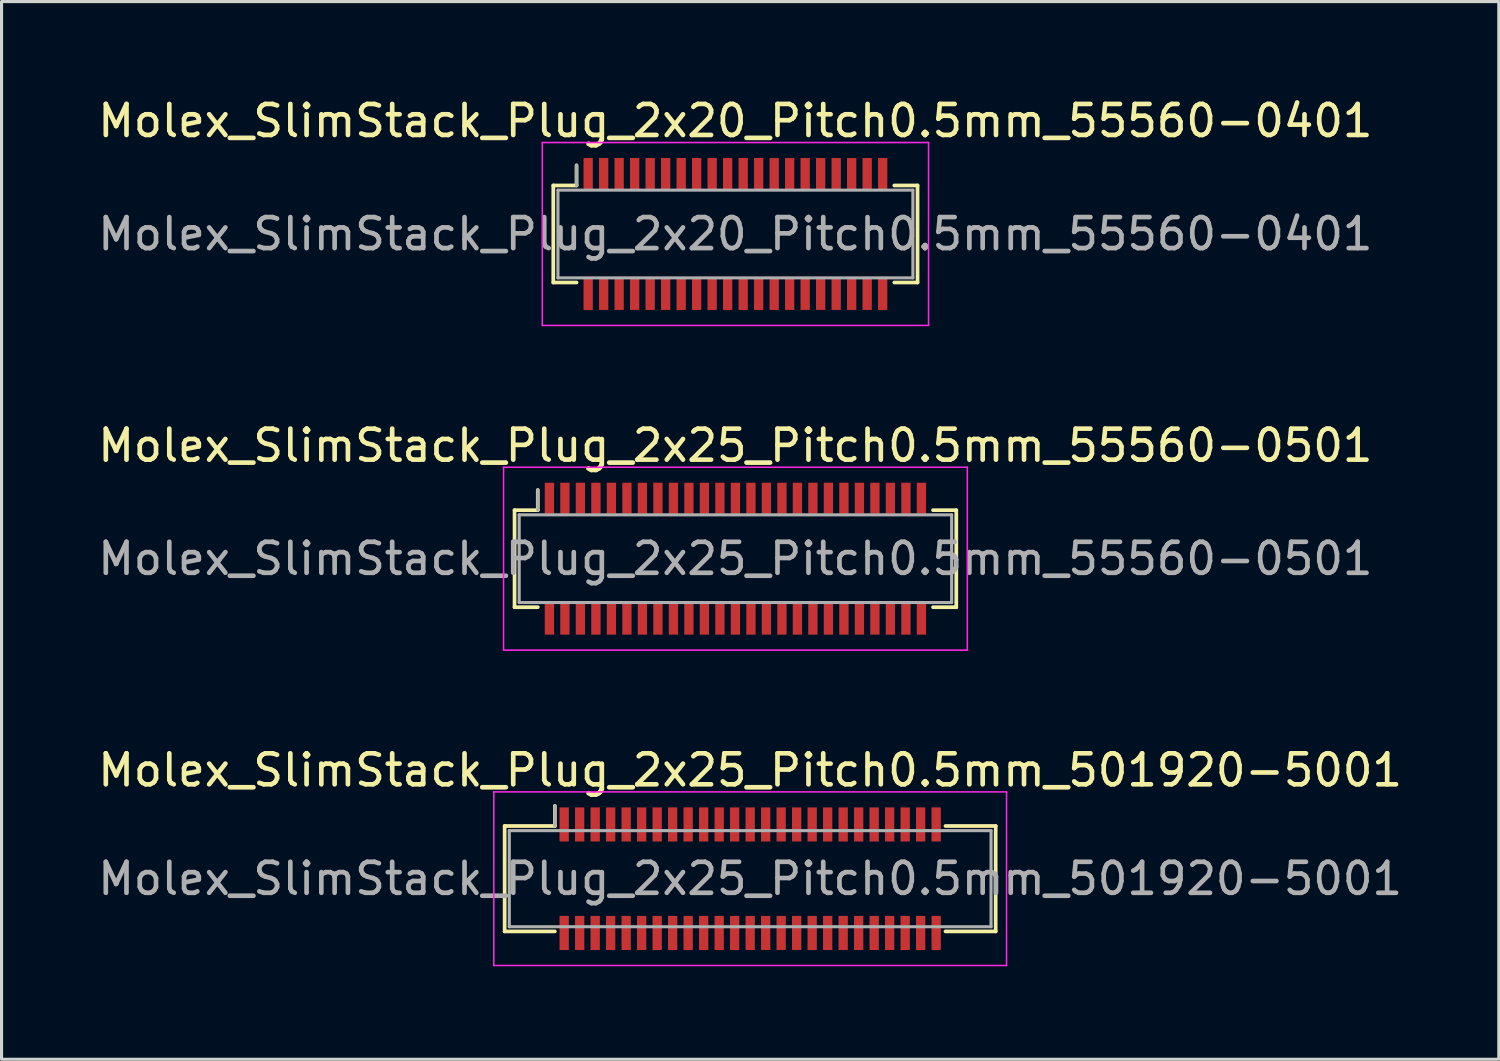
<source format=kicad_pcb>
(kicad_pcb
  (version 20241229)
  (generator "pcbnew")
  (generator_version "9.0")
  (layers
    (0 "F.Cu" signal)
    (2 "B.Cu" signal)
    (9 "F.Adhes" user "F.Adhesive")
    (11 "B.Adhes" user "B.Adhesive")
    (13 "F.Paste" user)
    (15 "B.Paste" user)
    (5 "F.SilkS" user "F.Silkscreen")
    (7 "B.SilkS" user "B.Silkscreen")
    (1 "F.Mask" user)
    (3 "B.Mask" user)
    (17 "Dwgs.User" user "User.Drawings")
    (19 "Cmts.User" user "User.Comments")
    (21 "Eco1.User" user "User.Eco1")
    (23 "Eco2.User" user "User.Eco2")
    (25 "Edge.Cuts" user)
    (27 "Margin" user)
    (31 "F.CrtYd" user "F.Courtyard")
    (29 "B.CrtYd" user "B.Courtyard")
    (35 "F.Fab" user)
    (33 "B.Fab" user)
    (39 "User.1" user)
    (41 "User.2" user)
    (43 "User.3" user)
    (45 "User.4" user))
  (footprint "Molex_SlimStack_Plug_2x25_Pitch0.5mm_501920-5001"
    (layer "F.Cu")
    (at 21.149 25.295)
    (property "Reference" "Molex_SlimStack_Plug_2x25_Pitch0.5mm_501920-5001" (at 0 -3.5 0) (layer "F.SilkS") (effects (font (size 1 1) (thickness 0.15))))
    (attr smd)
    (fp_line (start -7.92 -1.7) (end -6.3 -1.7) (stroke (width 0.12) (type solid)) (layer "F.SilkS"))
    (fp_line (start -7.92 1.7) (end -7.92 -1.7) (stroke (width 0.12) (type solid)) (layer "F.SilkS"))
    (fp_line (start -6.3 -1.7) (end -6.3 -2.35) (stroke (width 0.12) (type solid)) (layer "F.SilkS"))
    (fp_line (start -6.3 1.7) (end -7.92 1.7) (stroke (width 0.12) (type solid)) (layer "F.SilkS"))
    (fp_line (start 6.3 1.7) (end 7.92 1.7) (stroke (width 0.12) (type solid)) (layer "F.SilkS"))
    (fp_line (start 7.92 -1.7) (end 6.3 -1.7) (stroke (width 0.12) (type solid)) (layer "F.SilkS"))
    (fp_line (start 7.92 1.7) (end 7.92 -1.7) (stroke (width 0.12) (type solid)) (layer "F.SilkS"))
    (fp_line (start -8.27 -2.8) (end -8.27 2.8) (stroke (width 0.05) (type solid)) (layer "F.CrtYd"))
    (fp_line (start -8.27 2.8) (end 8.27 2.8) (stroke (width 0.05) (type solid)) (layer "F.CrtYd"))
    (fp_line (start 8.27 -2.8) (end -8.27 -2.8) (stroke (width 0.05) (type solid)) (layer "F.CrtYd"))
    (fp_line (start 8.27 2.8) (end 8.27 -2.8) (stroke (width 0.05) (type solid)) (layer "F.CrtYd"))
    (fp_line (start -7.77 -1.55) (end -7.77 1.55) (stroke (width 0.1) (type solid)) (layer "F.Fab"))
    (fp_line (start -7.77 1.55) (end 7.77 1.55) (stroke (width 0.1) (type solid)) (layer "F.Fab"))
    (fp_line (start -6.3 -1.7) (end -6.3 -2.35) (stroke (width 0.1) (type solid)) (layer "F.Fab"))
    (fp_line (start 7.77 -1.55) (end -7.77 -1.55) (stroke (width 0.1) (type solid)) (layer "F.Fab"))
    (fp_line (start 7.77 1.55) (end 7.77 -1.55) (stroke (width 0.1) (type solid)) (layer "F.Fab"))
    (fp_text user "${REFERENCE}" (at 0 0 0) (layer "F.Fab") (effects (font (size 1 1) (thickness 0.15))))
    (pad "1" smd rect (at -6 -1.75) (size 0.3 1.1) (layers "F.Cu" "F.Mask" "F.Paste"))
    (pad "2" smd rect (at -6 1.75) (size 0.3 1.1) (layers "F.Cu" "F.Mask" "F.Paste"))
    (pad "3" smd rect (at -5.5 -1.75) (size 0.3 1.1) (layers "F.Cu" "F.Mask" "F.Paste"))
    (pad "4" smd rect (at -5.5 1.75) (size 0.3 1.1) (layers "F.Cu" "F.Mask" "F.Paste"))
    (pad "5" smd rect (at -5 -1.75) (size 0.3 1.1) (layers "F.Cu" "F.Mask" "F.Paste"))
    (pad "6" smd rect (at -5 1.75) (size 0.3 1.1) (layers "F.Cu" "F.Mask" "F.Paste"))
    (pad "7" smd rect (at -4.5 -1.75) (size 0.3 1.1) (layers "F.Cu" "F.Mask" "F.Paste"))
    (pad "8" smd rect (at -4.5 1.75) (size 0.3 1.1) (layers "F.Cu" "F.Mask" "F.Paste"))
    (pad "9" smd rect (at -4 -1.75) (size 0.3 1.1) (layers "F.Cu" "F.Mask" "F.Paste"))
    (pad "10" smd rect (at -4 1.75) (size 0.3 1.1) (layers "F.Cu" "F.Mask" "F.Paste"))
    (pad "11" smd rect (at -3.5 -1.75) (size 0.3 1.1) (layers "F.Cu" "F.Mask" "F.Paste"))
    (pad "12" smd rect (at -3.5 1.75) (size 0.3 1.1) (layers "F.Cu" "F.Mask" "F.Paste"))
    (pad "13" smd rect (at -3 -1.75) (size 0.3 1.1) (layers "F.Cu" "F.Mask" "F.Paste"))
    (pad "14" smd rect (at -3 1.75) (size 0.3 1.1) (layers "F.Cu" "F.Mask" "F.Paste"))
    (pad "15" smd rect (at -2.5 -1.75) (size 0.3 1.1) (layers "F.Cu" "F.Mask" "F.Paste"))
    (pad "16" smd rect (at -2.5 1.75) (size 0.3 1.1) (layers "F.Cu" "F.Mask" "F.Paste"))
    (pad "17" smd rect (at -2 -1.75) (size 0.3 1.1) (layers "F.Cu" "F.Mask" "F.Paste"))
    (pad "18" smd rect (at -2 1.75) (size 0.3 1.1) (layers "F.Cu" "F.Mask" "F.Paste"))
    (pad "19" smd rect (at -1.5 -1.75) (size 0.3 1.1) (layers "F.Cu" "F.Mask" "F.Paste"))
    (pad "20" smd rect (at -1.5 1.75) (size 0.3 1.1) (layers "F.Cu" "F.Mask" "F.Paste"))
    (pad "21" smd rect (at -1 -1.75) (size 0.3 1.1) (layers "F.Cu" "F.Mask" "F.Paste"))
    (pad "22" smd rect (at -1 1.75) (size 0.3 1.1) (layers "F.Cu" "F.Mask" "F.Paste"))
    (pad "23" smd rect (at -0.5 -1.75) (size 0.3 1.1) (layers "F.Cu" "F.Mask" "F.Paste"))
    (pad "24" smd rect (at -0.5 1.75) (size 0.3 1.1) (layers "F.Cu" "F.Mask" "F.Paste"))
    (pad "25" smd rect (at 0 -1.75) (size 0.3 1.1) (layers "F.Cu" "F.Mask" "F.Paste"))
    (pad "26" smd rect (at 0 1.75) (size 0.3 1.1) (layers "F.Cu" "F.Mask" "F.Paste"))
    (pad "27" smd rect (at 0.5 -1.75) (size 0.3 1.1) (layers "F.Cu" "F.Mask" "F.Paste"))
    (pad "28" smd rect (at 0.5 1.75) (size 0.3 1.1) (layers "F.Cu" "F.Mask" "F.Paste"))
    (pad "29" smd rect (at 1 -1.75) (size 0.3 1.1) (layers "F.Cu" "F.Mask" "F.Paste"))
    (pad "30" smd rect (at 1 1.75) (size 0.3 1.1) (layers "F.Cu" "F.Mask" "F.Paste"))
    (pad "31" smd rect (at 1.5 -1.75) (size 0.3 1.1) (layers "F.Cu" "F.Mask" "F.Paste"))
    (pad "32" smd rect (at 1.5 1.75) (size 0.3 1.1) (layers "F.Cu" "F.Mask" "F.Paste"))
    (pad "33" smd rect (at 2 -1.75) (size 0.3 1.1) (layers "F.Cu" "F.Mask" "F.Paste"))
    (pad "34" smd rect (at 2 1.75) (size 0.3 1.1) (layers "F.Cu" "F.Mask" "F.Paste"))
    (pad "35" smd rect (at 2.5 -1.75) (size 0.3 1.1) (layers "F.Cu" "F.Mask" "F.Paste"))
    (pad "36" smd rect (at 2.5 1.75) (size 0.3 1.1) (layers "F.Cu" "F.Mask" "F.Paste"))
    (pad "37" smd rect (at 3 -1.75) (size 0.3 1.1) (layers "F.Cu" "F.Mask" "F.Paste"))
    (pad "38" smd rect (at 3 1.75) (size 0.3 1.1) (layers "F.Cu" "F.Mask" "F.Paste"))
    (pad "39" smd rect (at 3.5 -1.75) (size 0.3 1.1) (layers "F.Cu" "F.Mask" "F.Paste"))
    (pad "40" smd rect (at 3.5 1.75) (size 0.3 1.1) (layers "F.Cu" "F.Mask" "F.Paste"))
    (pad "41" smd rect (at 4 -1.75) (size 0.3 1.1) (layers "F.Cu" "F.Mask" "F.Paste"))
    (pad "42" smd rect (at 4 1.75) (size 0.3 1.1) (layers "F.Cu" "F.Mask" "F.Paste"))
    (pad "43" smd rect (at 4.5 -1.75) (size 0.3 1.1) (layers "F.Cu" "F.Mask" "F.Paste"))
    (pad "44" smd rect (at 4.5 1.75) (size 0.3 1.1) (layers "F.Cu" "F.Mask" "F.Paste"))
    (pad "45" smd rect (at 5 -1.75) (size 0.3 1.1) (layers "F.Cu" "F.Mask" "F.Paste"))
    (pad "46" smd rect (at 5 1.75) (size 0.3 1.1) (layers "F.Cu" "F.Mask" "F.Paste"))
    (pad "47" smd rect (at 5.5 -1.75) (size 0.3 1.1) (layers "F.Cu" "F.Mask" "F.Paste"))
    (pad "48" smd rect (at 5.5 1.75) (size 0.3 1.1) (layers "F.Cu" "F.Mask" "F.Paste"))
    (pad "49" smd rect (at 6 -1.75) (size 0.3 1.1) (layers "F.Cu" "F.Mask" "F.Paste"))
    (pad "50" smd rect (at 6 1.75) (size 0.3 1.1) (layers "F.Cu" "F.Mask" "F.Paste")))
  (footprint "Molex_SlimStack_Plug_2x25_Pitch0.5mm_55560-0501"
    (layer "F.Cu")
    (at 20.673 14.972)
    (property "Reference" "Molex_SlimStack_Plug_2x25_Pitch0.5mm_55560-0501" (at 0 -3.65 0) (layer "F.SilkS") (effects (font (size 1 1) (thickness 0.15))))
    (attr smd)
    (fp_line (start -7.125 -1.565) (end -6.375 -1.565) (stroke (width 0.12) (type solid)) (layer "F.SilkS"))
    (fp_line (start -7.125 1.565) (end -7.125 -1.565) (stroke (width 0.12) (type solid)) (layer "F.SilkS"))
    (fp_line (start -6.375 -1.565) (end -6.375 -2.215) (stroke (width 0.12) (type solid)) (layer "F.SilkS"))
    (fp_line (start -6.375 1.565) (end -7.125 1.565) (stroke (width 0.12) (type solid)) (layer "F.SilkS"))
    (fp_line (start 6.375 1.565) (end 7.125 1.565) (stroke (width 0.12) (type solid)) (layer "F.SilkS"))
    (fp_line (start 7.125 -1.565) (end 6.375 -1.565) (stroke (width 0.12) (type solid)) (layer "F.SilkS"))
    (fp_line (start 7.125 1.565) (end 7.125 -1.565) (stroke (width 0.12) (type solid)) (layer "F.SilkS"))
    (fp_line (start -7.48 -2.95) (end -7.48 2.95) (stroke (width 0.05) (type solid)) (layer "F.CrtYd"))
    (fp_line (start -7.48 2.95) (end 7.48 2.95) (stroke (width 0.05) (type solid)) (layer "F.CrtYd"))
    (fp_line (start 7.48 -2.95) (end -7.48 -2.95) (stroke (width 0.05) (type solid)) (layer "F.CrtYd"))
    (fp_line (start 7.48 2.95) (end 7.48 -2.95) (stroke (width 0.05) (type solid)) (layer "F.CrtYd"))
    (fp_line (start -6.975 -1.415) (end -6.975 1.415) (stroke (width 0.1) (type solid)) (layer "F.Fab"))
    (fp_line (start -6.975 1.415) (end 6.975 1.415) (stroke (width 0.1) (type solid)) (layer "F.Fab"))
    (fp_line (start -6.375 -1.565) (end -6.375 -2.215) (stroke (width 0.1) (type solid)) (layer "F.Fab"))
    (fp_line (start 6.975 -1.415) (end -6.975 -1.415) (stroke (width 0.1) (type solid)) (layer "F.Fab"))
    (fp_line (start 6.975 1.415) (end 6.975 -1.415) (stroke (width 0.1) (type solid)) (layer "F.Fab"))
    (fp_text user "${REFERENCE}" (at 0 0 0) (layer "F.Fab") (effects (font (size 1 1) (thickness 0.15))))
    (pad "1" smd rect (at -6 -1.95) (size 0.3 1) (layers "F.Cu" "F.Mask" "F.Paste"))
    (pad "2" smd rect (at -6 1.95) (size 0.3 1) (layers "F.Cu" "F.Mask" "F.Paste"))
    (pad "3" smd rect (at -5.5 -1.95) (size 0.3 1) (layers "F.Cu" "F.Mask" "F.Paste"))
    (pad "4" smd rect (at -5.5 1.95) (size 0.3 1) (layers "F.Cu" "F.Mask" "F.Paste"))
    (pad "5" smd rect (at -5 -1.95) (size 0.3 1) (layers "F.Cu" "F.Mask" "F.Paste"))
    (pad "6" smd rect (at -5 1.95) (size 0.3 1) (layers "F.Cu" "F.Mask" "F.Paste"))
    (pad "7" smd rect (at -4.5 -1.95) (size 0.3 1) (layers "F.Cu" "F.Mask" "F.Paste"))
    (pad "8" smd rect (at -4.5 1.95) (size 0.3 1) (layers "F.Cu" "F.Mask" "F.Paste"))
    (pad "9" smd rect (at -4 -1.95) (size 0.3 1) (layers "F.Cu" "F.Mask" "F.Paste"))
    (pad "10" smd rect (at -4 1.95) (size 0.3 1) (layers "F.Cu" "F.Mask" "F.Paste"))
    (pad "11" smd rect (at -3.5 -1.95) (size 0.3 1) (layers "F.Cu" "F.Mask" "F.Paste"))
    (pad "12" smd rect (at -3.5 1.95) (size 0.3 1) (layers "F.Cu" "F.Mask" "F.Paste"))
    (pad "13" smd rect (at -3 -1.95) (size 0.3 1) (layers "F.Cu" "F.Mask" "F.Paste"))
    (pad "14" smd rect (at -3 1.95) (size 0.3 1) (layers "F.Cu" "F.Mask" "F.Paste"))
    (pad "15" smd rect (at -2.5 -1.95) (size 0.3 1) (layers "F.Cu" "F.Mask" "F.Paste"))
    (pad "16" smd rect (at -2.5 1.95) (size 0.3 1) (layers "F.Cu" "F.Mask" "F.Paste"))
    (pad "17" smd rect (at -2 -1.95) (size 0.3 1) (layers "F.Cu" "F.Mask" "F.Paste"))
    (pad "18" smd rect (at -2 1.95) (size 0.3 1) (layers "F.Cu" "F.Mask" "F.Paste"))
    (pad "19" smd rect (at -1.5 -1.95) (size 0.3 1) (layers "F.Cu" "F.Mask" "F.Paste"))
    (pad "20" smd rect (at -1.5 1.95) (size 0.3 1) (layers "F.Cu" "F.Mask" "F.Paste"))
    (pad "21" smd rect (at -1 -1.95) (size 0.3 1) (layers "F.Cu" "F.Mask" "F.Paste"))
    (pad "22" smd rect (at -1 1.95) (size 0.3 1) (layers "F.Cu" "F.Mask" "F.Paste"))
    (pad "23" smd rect (at -0.5 -1.95) (size 0.3 1) (layers "F.Cu" "F.Mask" "F.Paste"))
    (pad "24" smd rect (at -0.5 1.95) (size 0.3 1) (layers "F.Cu" "F.Mask" "F.Paste"))
    (pad "25" smd rect (at 0 -1.95) (size 0.3 1) (layers "F.Cu" "F.Mask" "F.Paste"))
    (pad "26" smd rect (at 0 1.95) (size 0.3 1) (layers "F.Cu" "F.Mask" "F.Paste"))
    (pad "27" smd rect (at 0.5 -1.95) (size 0.3 1) (layers "F.Cu" "F.Mask" "F.Paste"))
    (pad "28" smd rect (at 0.5 1.95) (size 0.3 1) (layers "F.Cu" "F.Mask" "F.Paste"))
    (pad "29" smd rect (at 1 -1.95) (size 0.3 1) (layers "F.Cu" "F.Mask" "F.Paste"))
    (pad "30" smd rect (at 1 1.95) (size 0.3 1) (layers "F.Cu" "F.Mask" "F.Paste"))
    (pad "31" smd rect (at 1.5 -1.95) (size 0.3 1) (layers "F.Cu" "F.Mask" "F.Paste"))
    (pad "32" smd rect (at 1.5 1.95) (size 0.3 1) (layers "F.Cu" "F.Mask" "F.Paste"))
    (pad "33" smd rect (at 2 -1.95) (size 0.3 1) (layers "F.Cu" "F.Mask" "F.Paste"))
    (pad "34" smd rect (at 2 1.95) (size 0.3 1) (layers "F.Cu" "F.Mask" "F.Paste"))
    (pad "35" smd rect (at 2.5 -1.95) (size 0.3 1) (layers "F.Cu" "F.Mask" "F.Paste"))
    (pad "36" smd rect (at 2.5 1.95) (size 0.3 1) (layers "F.Cu" "F.Mask" "F.Paste"))
    (pad "37" smd rect (at 3 -1.95) (size 0.3 1) (layers "F.Cu" "F.Mask" "F.Paste"))
    (pad "38" smd rect (at 3 1.95) (size 0.3 1) (layers "F.Cu" "F.Mask" "F.Paste"))
    (pad "39" smd rect (at 3.5 -1.95) (size 0.3 1) (layers "F.Cu" "F.Mask" "F.Paste"))
    (pad "40" smd rect (at 3.5 1.95) (size 0.3 1) (layers "F.Cu" "F.Mask" "F.Paste"))
    (pad "41" smd rect (at 4 -1.95) (size 0.3 1) (layers "F.Cu" "F.Mask" "F.Paste"))
    (pad "42" smd rect (at 4 1.95) (size 0.3 1) (layers "F.Cu" "F.Mask" "F.Paste"))
    (pad "43" smd rect (at 4.5 -1.95) (size 0.3 1) (layers "F.Cu" "F.Mask" "F.Paste"))
    (pad "44" smd rect (at 4.5 1.95) (size 0.3 1) (layers "F.Cu" "F.Mask" "F.Paste"))
    (pad "45" smd rect (at 5 -1.95) (size 0.3 1) (layers "F.Cu" "F.Mask" "F.Paste"))
    (pad "46" smd rect (at 5 1.95) (size 0.3 1) (layers "F.Cu" "F.Mask" "F.Paste"))
    (pad "47" smd rect (at 5.5 -1.95) (size 0.3 1) (layers "F.Cu" "F.Mask" "F.Paste"))
    (pad "48" smd rect (at 5.5 1.95) (size 0.3 1) (layers "F.Cu" "F.Mask" "F.Paste"))
    (pad "49" smd rect (at 6 -1.95) (size 0.3 1) (layers "F.Cu" "F.Mask" "F.Paste"))
    (pad "50" smd rect (at 6 1.95) (size 0.3 1) (layers "F.Cu" "F.Mask" "F.Paste")))
  (footprint "Molex_SlimStack_Plug_2x20_Pitch0.5mm_55560-0401"
    (layer "F.Cu")
    (at 20.673 4.498)
    (property "Reference" "Molex_SlimStack_Plug_2x20_Pitch0.5mm_55560-0401" (at 0 -3.65 0) (layer "F.SilkS") (effects (font (size 1 1) (thickness 0.15))))
    (attr smd)
    (fp_line (start -5.875 -1.565) (end -5.125 -1.565) (stroke (width 0.12) (type solid)) (layer "F.SilkS"))
    (fp_line (start -5.875 1.565) (end -5.875 -1.565) (stroke (width 0.12) (type solid)) (layer "F.SilkS"))
    (fp_line (start -5.125 -1.565) (end -5.125 -2.215) (stroke (width 0.12) (type solid)) (layer "F.SilkS"))
    (fp_line (start -5.125 1.565) (end -5.875 1.565) (stroke (width 0.12) (type solid)) (layer "F.SilkS"))
    (fp_line (start 5.125 1.565) (end 5.875 1.565) (stroke (width 0.12) (type solid)) (layer "F.SilkS"))
    (fp_line (start 5.875 -1.565) (end 5.125 -1.565) (stroke (width 0.12) (type solid)) (layer "F.SilkS"))
    (fp_line (start 5.875 1.565) (end 5.875 -1.565) (stroke (width 0.12) (type solid)) (layer "F.SilkS"))
    (fp_line (start -6.23 -2.95) (end -6.23 2.95) (stroke (width 0.05) (type solid)) (layer "F.CrtYd"))
    (fp_line (start -6.23 2.95) (end 6.23 2.95) (stroke (width 0.05) (type solid)) (layer "F.CrtYd"))
    (fp_line (start 6.23 -2.95) (end -6.23 -2.95) (stroke (width 0.05) (type solid)) (layer "F.CrtYd"))
    (fp_line (start 6.23 2.95) (end 6.23 -2.95) (stroke (width 0.05) (type solid)) (layer "F.CrtYd"))
    (fp_line (start -5.725 -1.415) (end -5.725 1.415) (stroke (width 0.1) (type solid)) (layer "F.Fab"))
    (fp_line (start -5.725 1.415) (end 5.725 1.415) (stroke (width 0.1) (type solid)) (layer "F.Fab"))
    (fp_line (start -5.125 -1.565) (end -5.125 -2.215) (stroke (width 0.1) (type solid)) (layer "F.Fab"))
    (fp_line (start 5.725 -1.415) (end -5.725 -1.415) (stroke (width 0.1) (type solid)) (layer "F.Fab"))
    (fp_line (start 5.725 1.415) (end 5.725 -1.415) (stroke (width 0.1) (type solid)) (layer "F.Fab"))
    (fp_text user "${REFERENCE}" (at 0 0 0) (layer "F.Fab") (effects (font (size 1 1) (thickness 0.15))))
    (pad "1" smd rect (at -4.75 -1.95) (size 0.3 1) (layers "F.Cu" "F.Mask" "F.Paste"))
    (pad "2" smd rect (at -4.75 1.95) (size 0.3 1) (layers "F.Cu" "F.Mask" "F.Paste"))
    (pad "3" smd rect (at -4.25 -1.95) (size 0.3 1) (layers "F.Cu" "F.Mask" "F.Paste"))
    (pad "4" smd rect (at -4.25 1.95) (size 0.3 1) (layers "F.Cu" "F.Mask" "F.Paste"))
    (pad "5" smd rect (at -3.75 -1.95) (size 0.3 1) (layers "F.Cu" "F.Mask" "F.Paste"))
    (pad "6" smd rect (at -3.75 1.95) (size 0.3 1) (layers "F.Cu" "F.Mask" "F.Paste"))
    (pad "7" smd rect (at -3.25 -1.95) (size 0.3 1) (layers "F.Cu" "F.Mask" "F.Paste"))
    (pad "8" smd rect (at -3.25 1.95) (size 0.3 1) (layers "F.Cu" "F.Mask" "F.Paste"))
    (pad "9" smd rect (at -2.75 -1.95) (size 0.3 1) (layers "F.Cu" "F.Mask" "F.Paste"))
    (pad "10" smd rect (at -2.75 1.95) (size 0.3 1) (layers "F.Cu" "F.Mask" "F.Paste"))
    (pad "11" smd rect (at -2.25 -1.95) (size 0.3 1) (layers "F.Cu" "F.Mask" "F.Paste"))
    (pad "12" smd rect (at -2.25 1.95) (size 0.3 1) (layers "F.Cu" "F.Mask" "F.Paste"))
    (pad "13" smd rect (at -1.75 -1.95) (size 0.3 1) (layers "F.Cu" "F.Mask" "F.Paste"))
    (pad "14" smd rect (at -1.75 1.95) (size 0.3 1) (layers "F.Cu" "F.Mask" "F.Paste"))
    (pad "15" smd rect (at -1.25 -1.95) (size 0.3 1) (layers "F.Cu" "F.Mask" "F.Paste"))
    (pad "16" smd rect (at -1.25 1.95) (size 0.3 1) (layers "F.Cu" "F.Mask" "F.Paste"))
    (pad "17" smd rect (at -0.75 -1.95) (size 0.3 1) (layers "F.Cu" "F.Mask" "F.Paste"))
    (pad "18" smd rect (at -0.75 1.95) (size 0.3 1) (layers "F.Cu" "F.Mask" "F.Paste"))
    (pad "19" smd rect (at -0.25 -1.95) (size 0.3 1) (layers "F.Cu" "F.Mask" "F.Paste"))
    (pad "20" smd rect (at -0.25 1.95) (size 0.3 1) (layers "F.Cu" "F.Mask" "F.Paste"))
    (pad "21" smd rect (at 0.25 -1.95) (size 0.3 1) (layers "F.Cu" "F.Mask" "F.Paste"))
    (pad "22" smd rect (at 0.25 1.95) (size 0.3 1) (layers "F.Cu" "F.Mask" "F.Paste"))
    (pad "23" smd rect (at 0.75 -1.95) (size 0.3 1) (layers "F.Cu" "F.Mask" "F.Paste"))
    (pad "24" smd rect (at 0.75 1.95) (size 0.3 1) (layers "F.Cu" "F.Mask" "F.Paste"))
    (pad "25" smd rect (at 1.25 -1.95) (size 0.3 1) (layers "F.Cu" "F.Mask" "F.Paste"))
    (pad "26" smd rect (at 1.25 1.95) (size 0.3 1) (layers "F.Cu" "F.Mask" "F.Paste"))
    (pad "27" smd rect (at 1.75 -1.95) (size 0.3 1) (layers "F.Cu" "F.Mask" "F.Paste"))
    (pad "28" smd rect (at 1.75 1.95) (size 0.3 1) (layers "F.Cu" "F.Mask" "F.Paste"))
    (pad "29" smd rect (at 2.25 -1.95) (size 0.3 1) (layers "F.Cu" "F.Mask" "F.Paste"))
    (pad "30" smd rect (at 2.25 1.95) (size 0.3 1) (layers "F.Cu" "F.Mask" "F.Paste"))
    (pad "31" smd rect (at 2.75 -1.95) (size 0.3 1) (layers "F.Cu" "F.Mask" "F.Paste"))
    (pad "32" smd rect (at 2.75 1.95) (size 0.3 1) (layers "F.Cu" "F.Mask" "F.Paste"))
    (pad "33" smd rect (at 3.25 -1.95) (size 0.3 1) (layers "F.Cu" "F.Mask" "F.Paste"))
    (pad "34" smd rect (at 3.25 1.95) (size 0.3 1) (layers "F.Cu" "F.Mask" "F.Paste"))
    (pad "35" smd rect (at 3.75 -1.95) (size 0.3 1) (layers "F.Cu" "F.Mask" "F.Paste"))
    (pad "36" smd rect (at 3.75 1.95) (size 0.3 1) (layers "F.Cu" "F.Mask" "F.Paste"))
    (pad "37" smd rect (at 4.25 -1.95) (size 0.3 1) (layers "F.Cu" "F.Mask" "F.Paste"))
    (pad "38" smd rect (at 4.25 1.95) (size 0.3 1) (layers "F.Cu" "F.Mask" "F.Paste"))
    (pad "39" smd rect (at 4.75 -1.95) (size 0.3 1) (layers "F.Cu" "F.Mask" "F.Paste"))
    (pad "40" smd rect (at 4.75 1.95) (size 0.3 1) (layers "F.Cu" "F.Mask" "F.Paste")))
  (gr_rect
    (start -3 -3)
    (end 45.298 31.12)
    (stroke (width 0.1) (type default))
    (fill no)
    (layer "Edge.Cuts")))
</source>
